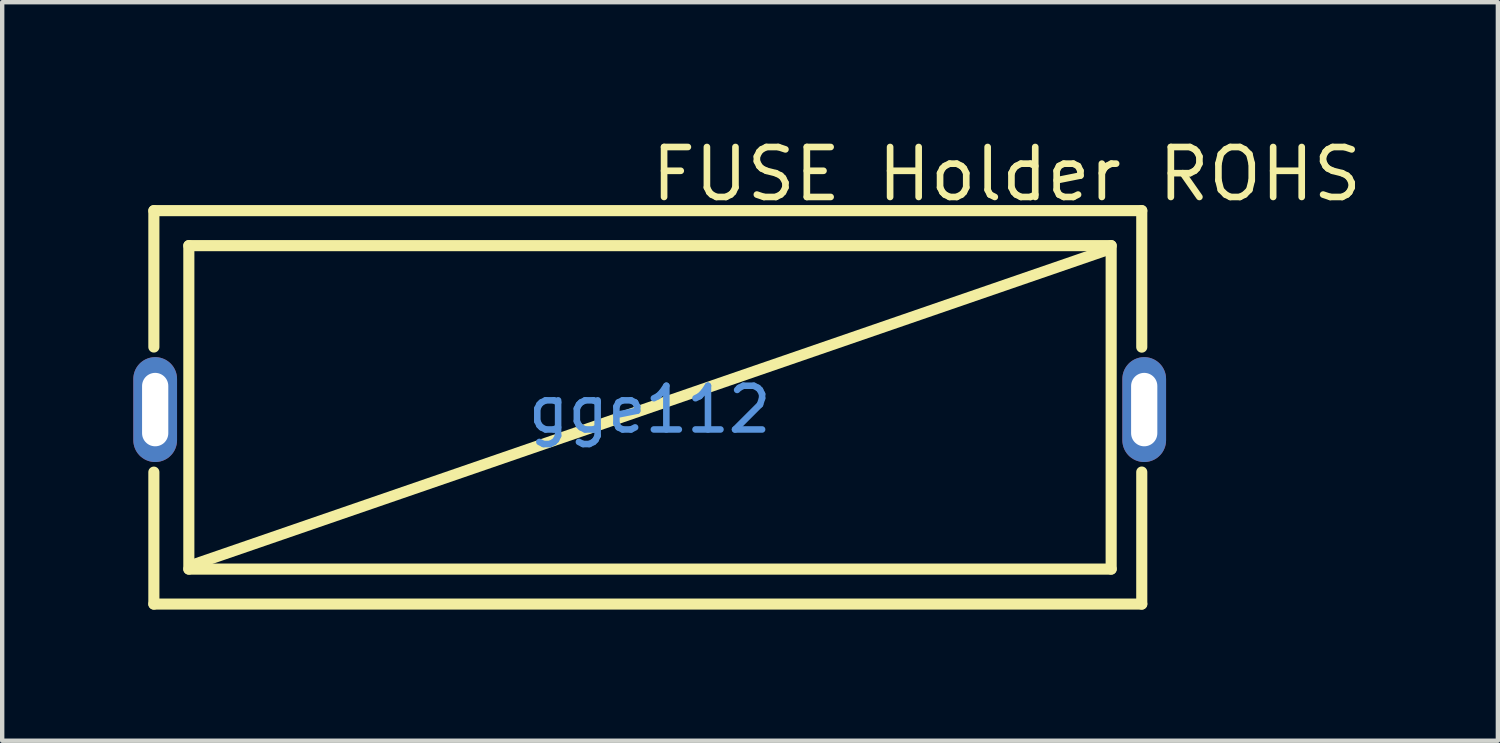
<source format=kicad_pcb>
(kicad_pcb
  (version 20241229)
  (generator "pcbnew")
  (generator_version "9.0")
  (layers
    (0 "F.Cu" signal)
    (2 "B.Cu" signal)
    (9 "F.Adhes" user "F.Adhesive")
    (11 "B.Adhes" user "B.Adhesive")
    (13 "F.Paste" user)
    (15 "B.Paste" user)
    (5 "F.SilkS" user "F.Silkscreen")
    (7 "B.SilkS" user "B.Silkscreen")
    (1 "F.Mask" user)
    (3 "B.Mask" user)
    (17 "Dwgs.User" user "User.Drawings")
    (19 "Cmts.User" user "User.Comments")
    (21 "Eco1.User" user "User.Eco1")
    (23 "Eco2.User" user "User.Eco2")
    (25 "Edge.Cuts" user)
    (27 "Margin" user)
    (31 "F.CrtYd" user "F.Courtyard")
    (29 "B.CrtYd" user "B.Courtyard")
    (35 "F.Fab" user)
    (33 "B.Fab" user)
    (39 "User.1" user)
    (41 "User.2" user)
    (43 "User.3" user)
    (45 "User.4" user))
  (footprint "FUSE Holder ROHS"
    (layer "F.Cu")
    (at 11.813 6.32)
    (property "Reference" "FUSE Holder ROHS" (at -0.043 -5.385 0) (layer "F.SilkS") (effects (font (size 1.143 1.143) (thickness 0.152)) (justify left)))
    (attr through_hole)
    (fp_line (start -11.343 -4.551) (end -11.343 -1.431) (stroke (width 0.254) (type solid)) (layer "F.SilkS"))
    (fp_line (start -11.343 -4.551) (end 11.257 -4.551) (stroke (width 0.254) (type solid)) (layer "F.SilkS"))
    (fp_line (start -11.343 1.431) (end -11.343 4.449) (stroke (width 0.254) (type solid)) (layer "F.SilkS"))
    (fp_line (start -10.543 -3.751) (end 10.557 -3.751) (stroke (width 0.254) (type solid)) (layer "F.SilkS"))
    (fp_line (start -10.543 3.649) (end -10.543 -3.751) (stroke (width 0.254) (type solid)) (layer "F.SilkS"))
    (fp_line (start 10.457 -3.651) (end -10.443 3.549) (stroke (width 0.254) (type solid)) (layer "F.SilkS"))
    (fp_line (start 10.557 -3.751) (end 10.557 3.649) (stroke (width 0.254) (type solid)) (layer "F.SilkS"))
    (fp_line (start 10.557 3.649) (end -10.543 3.649) (stroke (width 0.254) (type solid)) (layer "F.SilkS"))
    (fp_line (start 11.257 -1.429) (end 11.257 -4.551) (stroke (width 0.254) (type solid)) (layer "F.SilkS"))
    (fp_line (start 11.257 4.449) (end -11.343 4.449) (stroke (width 0.254) (type solid)) (layer "F.SilkS"))
    (fp_line (start 11.257 4.449) (end 11.257 1.429) (stroke (width 0.254) (type solid)) (layer "F.SilkS"))
    (fp_text user "gge112" (at 0 0 0) (layer "Cmts.User") (effects (font (size 1 1) (thickness 0.15))))
    (pad "1" thru_hole oval (at -11.313 0) (size 1 2.4) (drill oval 0.6 1.68) (layers "*.Cu" "*.Paste" "*.Mask"))
    (pad "2" thru_hole oval (at 11.313 0) (size 1 2.4) (drill oval 0.6 1.68) (layers "*.Cu" "*.Paste" "*.Mask")))
  (gr_rect
    (start -3 -3)
    (end 31.217 13.896)
    (stroke (width 0.1) (type default))
    (fill no)
    (layer "Edge.Cuts")))
</source>
